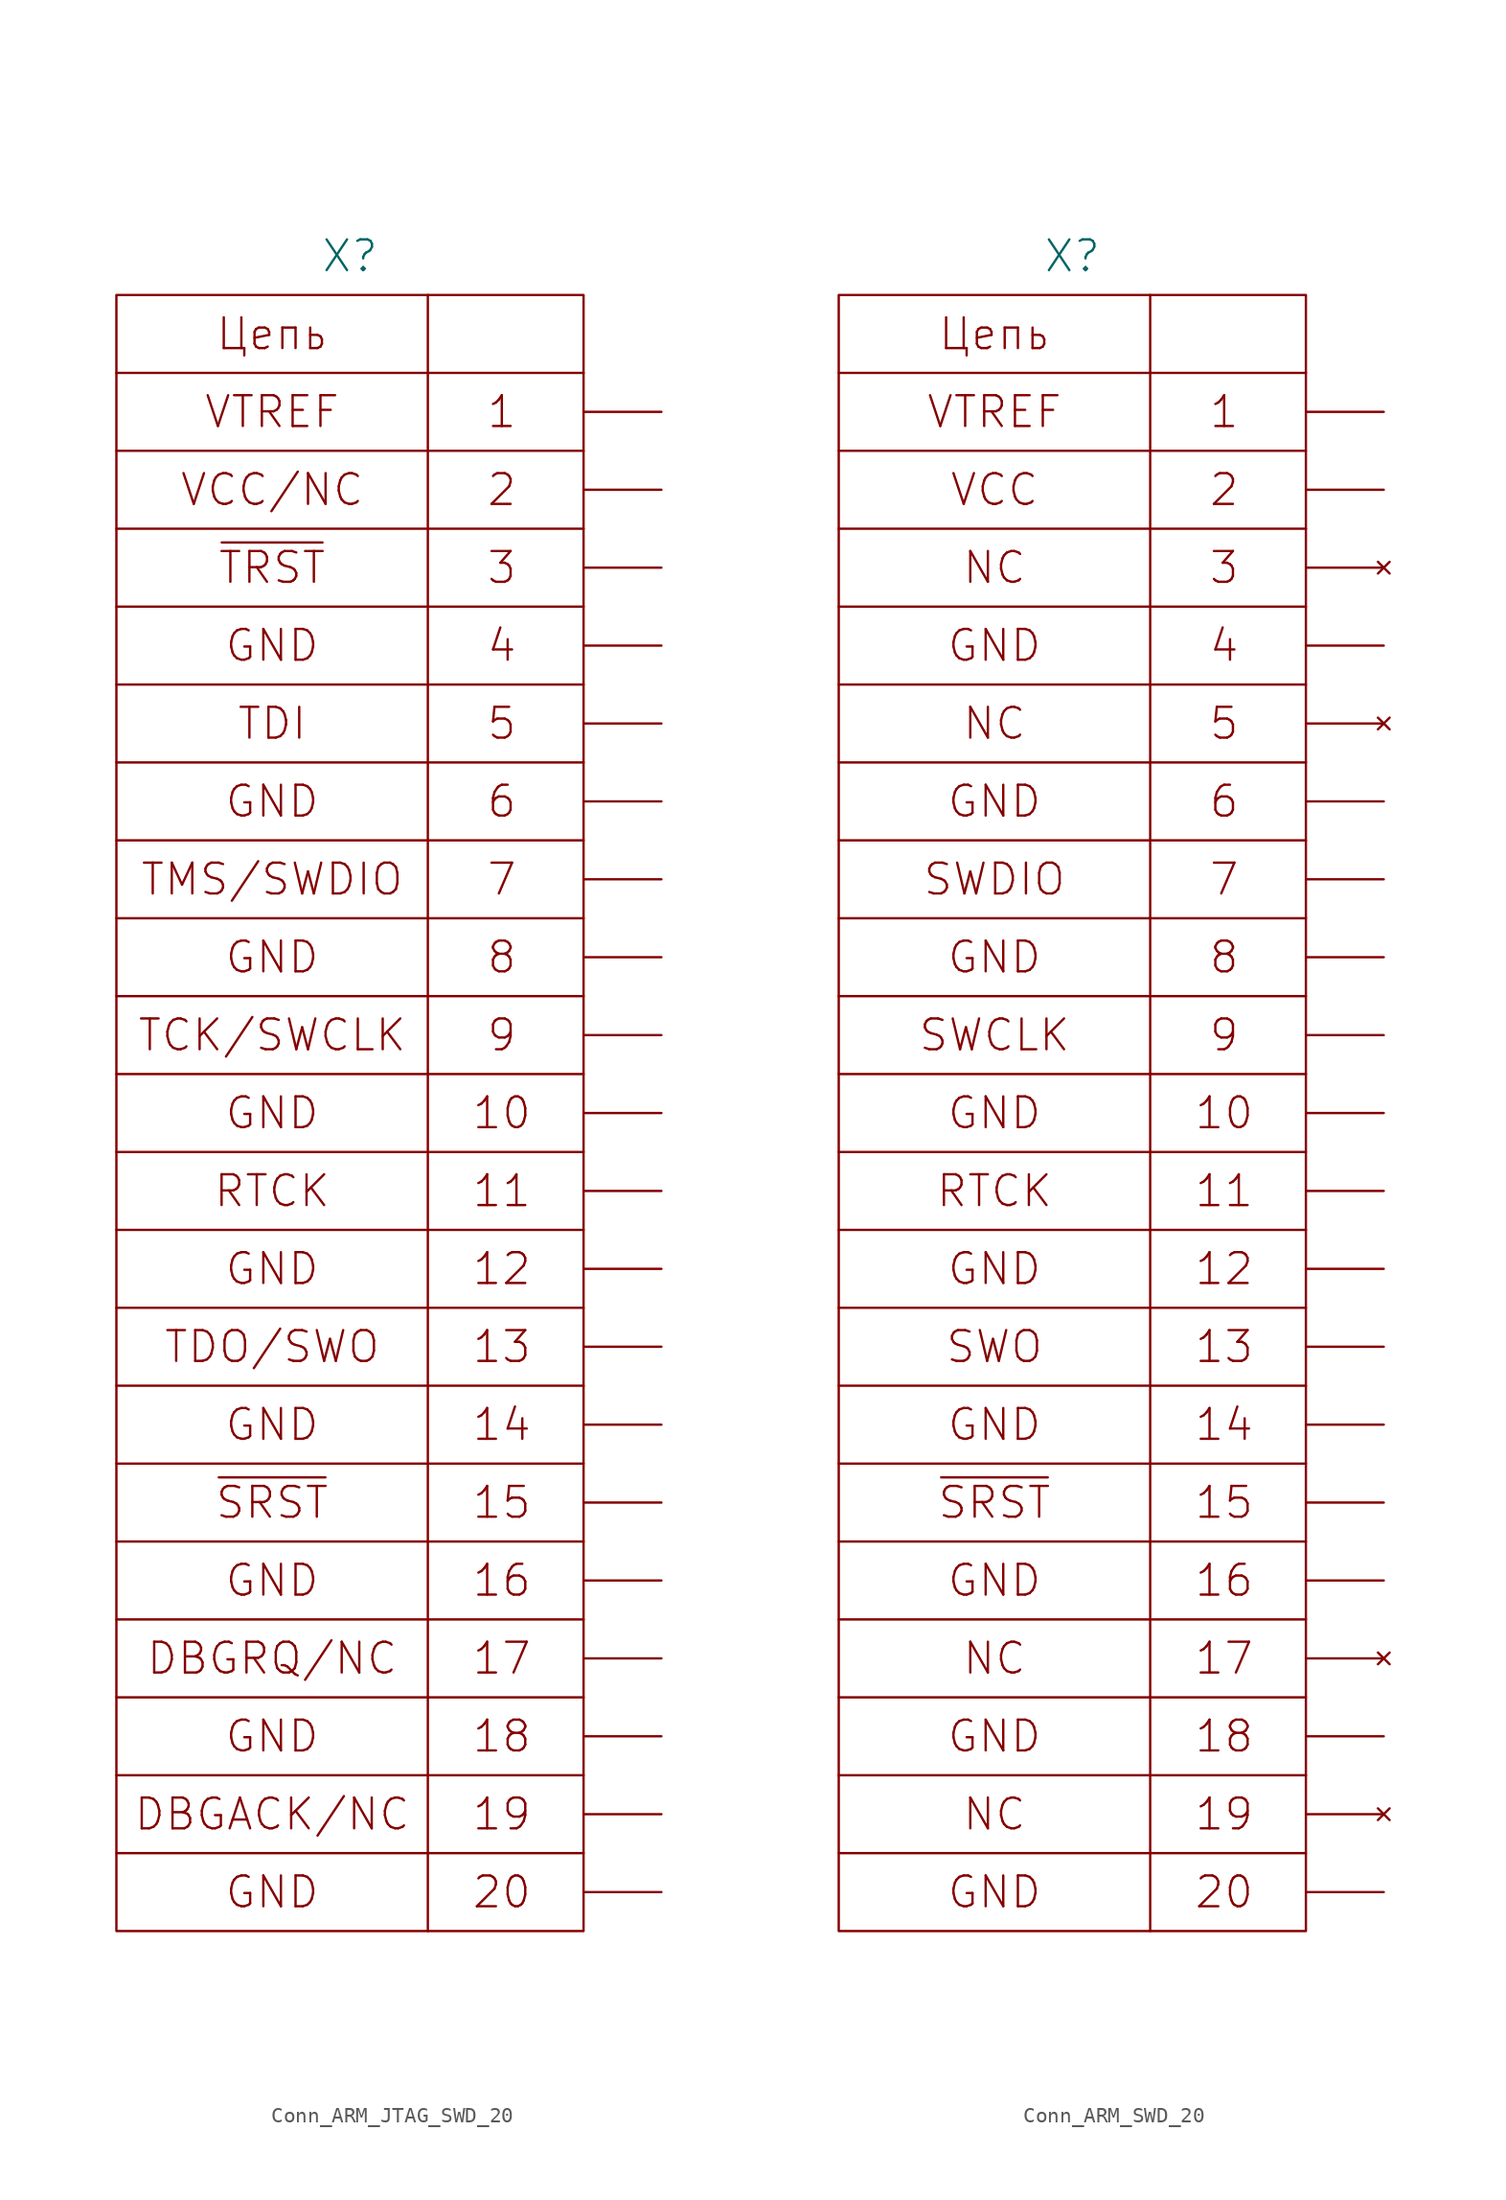
<source format=kicad_sym>
(kicad_symbol_lib
  (version 20231120)
  (generator "kicad_symbol_editor")
  (generator_version "8.0")
  (symbol "Conn_ARM_JTAG_SWD_20"
    (pin_numbers hide)
    (pin_names
      (offset 0) hide)
    (property "Reference" "X"
      (at 0 55.88 0)
      (effects (font (size 2.007 2.007))))
    (symbol "Conn_ARM_JTAG_SWD_20_0_0"
      (polyline (pts (xy 5.08 53.34) (xy 5.08 -53.34)) (stroke (width 0) (type solid)) (fill (type none)))
      (polyline (pts (xy 15.24 -48.26) (xy -15.24 -48.26)) (stroke (width 0) (type solid)) (fill (type none)))
      (polyline (pts (xy 15.24 -33.02) (xy -15.24 -33.02)) (stroke (width 0) (type solid)) (fill (type none)))
      (polyline (pts (xy 15.24 -27.94) (xy -15.24 -27.94)) (stroke (width 0) (type solid)) (fill (type none)))
      (polyline (pts (xy 15.24 -22.86) (xy -15.24 -22.86)) (stroke (width 0) (type solid)) (fill (type none)))
      (polyline (pts (xy 15.24 -17.78) (xy -15.24 -17.78)) (stroke (width 0) (type solid)) (fill (type none)))
      (polyline (pts (xy 15.24 -2.54) (xy -15.24 -2.54)) (stroke (width 0) (type solid)) (fill (type none)))
      (polyline (pts (xy 15.24 2.54) (xy -15.24 2.54)) (stroke (width 0) (type solid)) (fill (type none)))
      (polyline (pts (xy 15.24 7.62) (xy -15.24 7.62)) (stroke (width 0) (type solid)) (fill (type none)))
      (polyline (pts (xy 15.24 12.7) (xy -15.24 12.7)) (stroke (width 0) (type solid)) (fill (type none)))
      (polyline (pts (xy 15.24 27.94) (xy -15.24 27.94)) (stroke (width 0) (type solid)) (fill (type none)))
      (polyline (pts (xy 15.24 33.02) (xy -15.24 33.02)) (stroke (width 0) (type solid)) (fill (type none)))
      (polyline (pts (xy 15.24 38.1) (xy -15.24 38.1)) (stroke (width 0) (type solid)) (fill (type none)))
      (polyline (pts (xy 15.24 43.18) (xy -15.24 43.18)) (stroke (width 0) (type solid)) (fill (type none)))
      (polyline (pts (xy 15.24 48.26) (xy -15.24 48.26)) (stroke (width 0) (type solid)) (fill (type none)))
      (rectangle (start 15.24 53.34) (end -15.24 -53.34) (stroke (width 0) (type solid)) (fill (type none)))
      (text "13" (at 9.906 -15.24 0) (effects (font (size 2.007 2.007))))
      (text "17" (at 9.906 -35.56 0) (effects (font (size 2.007 2.007))))
      (text "2" (at 9.906 40.64 0) (effects (font (size 2.007 2.007))))
      (text "8" (at 9.906 10.16 0) (effects (font (size 2.007 2.007))))
      (text "VTREF" (at -5.08 45.72 0) (effects (font (size 2.007 2.007)))))
    (symbol "Conn_ARM_JTAG_SWD_20_1_1"
      (polyline (pts (xy -15.24 -43.18) (xy 15.24 -43.18)) (stroke (width 0) (type solid)) (fill (type none)))
      (polyline (pts (xy -15.24 -38.1) (xy 15.24 -38.1)) (stroke (width 0) (type solid)) (fill (type none)))
      (polyline (pts (xy -15.24 -12.7) (xy 15.24 -12.7)) (stroke (width 0) (type solid)) (fill (type none)))
      (polyline (pts (xy -15.24 -7.62) (xy 15.24 -7.62)) (stroke (width 0) (type solid)) (fill (type none)))
      (polyline (pts (xy -15.24 17.78) (xy 15.24 17.78)) (stroke (width 0) (type solid)) (fill (type none)))
      (polyline (pts (xy -15.24 22.86) (xy 15.24 22.86)) (stroke (width 0) (type solid)) (fill (type none)))
      (text "1" (at 9.906 45.72 0) (effects (font (size 2.007 2.007))))
      (text "10" (at 9.906 0 0) (effects (font (size 2.007 2.007))))
      (text "11" (at 9.906 -5.08 0) (effects (font (size 2.007 2.007))))
      (text "12" (at 9.906 -10.16 0) (effects (font (size 2.007 2.007))))
      (text "14" (at 9.906 -20.32 0) (effects (font (size 2.007 2.007))))
      (text "15" (at 9.906 -25.4 0) (effects (font (size 2.007 2.007))))
      (text "16" (at 9.906 -30.48 0) (effects (font (size 2.007 2.007))))
      (text "18" (at 9.906 -40.64 0) (effects (font (size 2.007 2.007))))
      (text "19" (at 9.906 -45.72 0) (effects (font (size 2.007 2.007))))
      (text "20" (at 9.906 -50.8 0) (effects (font (size 2.007 2.007))))
      (text "3" (at 9.906 35.56 0) (effects (font (size 2.007 2.007))))
      (text "4" (at 9.906 30.48 0) (effects (font (size 2.007 2.007))))
      (text "5" (at 9.906 25.4 0) (effects (font (size 2.007 2.007))))
      (text "6" (at 9.906 20.32 0) (effects (font (size 2.007 2.007))))
      (text "7" (at 9.906 15.24 0) (effects (font (size 2.007 2.007))))
      (text "9" (at 9.906 5.08 0) (effects (font (size 2.007 2.007))))
      (text "DBGACK/NC" (at -5.08 -45.72 0) (effects (font (size 2.007 2.007))))
      (text "DBGRQ/NC" (at -5.08 -35.56 0) (effects (font (size 2.007 2.007))))
      (text "GND" (at -5.08 -50.8 0) (effects (font (size 2.007 2.007))))
      (text "GND" (at -5.08 -40.64 0) (effects (font (size 2.007 2.007))))
      (text "GND" (at -5.08 -30.48 0) (effects (font (size 2.007 2.007))))
      (text "GND" (at -5.08 -20.32 0) (effects (font (size 2.007 2.007))))
      (text "GND" (at -5.08 -10.16 0) (effects (font (size 2.007 2.007))))
      (text "GND" (at -5.08 0 0) (effects (font (size 2.007 2.007))))
      (text "GND" (at -5.08 10.16 0) (effects (font (size 2.007 2.007))))
      (text "GND" (at -5.08 20.32 0) (effects (font (size 2.007 2.007))))
      (text "GND" (at -5.08 30.48 0) (effects (font (size 2.007 2.007))))
      (text "RTCK" (at -5.08 -5.08 0) (effects (font (size 2.007 2.007))))
      (text "TCK/SWCLK" (at -5.08 5.08 0) (effects (font (size 2.007 2.007))))
      (text "TDI" (at -5.08 25.4 0) (effects (font (size 2.007 2.007))))
      (text "TDO/SWO" (at -5.08 -15.24 0) (effects (font (size 2.007 2.007))))
      (text "TMS/SWDIO" (at -5.08 15.24 0) (effects (font (size 2.007 2.007))))
      (text "VCC/NC" (at -5.08 40.64 0) (effects (font (size 2.007 2.007))))
      (text "~{SRST}" (at -5.08 -25.4 0) (effects (font (size 2.007 2.007))))
      (text "~{TRST}" (at -5.08 35.56 0) (effects (font (size 2.007 2.007))))
      (text "Цепь" (at -5.08 50.8 0) (effects (font (size 2.007 2.007))))
      (pin power_in line (at 20.32 45.72 180) (length 5.08) (name "~" (effects (font (size 2.007 2.007)))) (number "1" (effects (font (size 2.007 2.007)))))
      (pin power_in line (at 20.32 0 180) (length 5.08) (name "~" (effects (font (size 2.007 2.007)))) (number "10" (effects (font (size 2.007 2.007)))))
      (pin input line (at 20.32 -5.08 180) (length 5.08) (name "~" (effects (font (size 2.007 2.007)))) (number "11" (effects (font (size 2.007 2.007)))))
      (pin power_in line (at 20.32 -10.16 180) (length 5.08) (name "~" (effects (font (size 2.007 2.007)))) (number "12" (effects (font (size 2.007 2.007)))))
      (pin input line (at 20.32 -15.24 180) (length 5.08) (name "~" (effects (font (size 2.007 2.007)))) (number "13" (effects (font (size 2.007 2.007)))))
      (pin power_in line (at 20.32 -20.32 180) (length 5.08) (name "~" (effects (font (size 2.007 2.007)))) (number "14" (effects (font (size 2.007 2.007)))))
      (pin bidirectional line (at 20.32 -25.4 180) (length 5.08) (name "~" (effects (font (size 2.007 2.007)))) (number "15" (effects (font (size 2.007 2.007)))))
      (pin power_in line (at 20.32 -30.48 180) (length 5.08) (name "~" (effects (font (size 2.007 2.007)))) (number "16" (effects (font (size 2.007 2.007)))))
      (pin output line (at 20.32 -35.56 180) (length 5.08) (name "~" (effects (font (size 2.007 2.007)))) (number "17" (effects (font (size 2.007 2.007)))))
      (pin power_in line (at 20.32 -40.64 180) (length 5.08) (name "~" (effects (font (size 2.007 2.007)))) (number "18" (effects (font (size 2.007 2.007)))))
      (pin input line (at 20.32 -45.72 180) (length 5.08) (name "~" (effects (font (size 2.007 2.007)))) (number "19" (effects (font (size 2.007 2.007)))))
      (pin power_in line (at 20.32 40.64 180) (length 5.08) (name "~" (effects (font (size 2.007 2.007)))) (number "2" (effects (font (size 2.007 2.007)))))
      (pin power_in line (at 20.32 -50.8 180) (length 5.08) (name "~" (effects (font (size 2.007 2.007)))) (number "20" (effects (font (size 2.007 2.007)))))
      (pin output line (at 20.32 35.56 180) (length 5.08) (name "~" (effects (font (size 2.007 2.007)))) (number "3" (effects (font (size 2.007 2.007)))))
      (pin power_in line (at 20.32 30.48 180) (length 5.08) (name "~" (effects (font (size 2.007 2.007)))) (number "4" (effects (font (size 2.007 2.007)))))
      (pin output line (at 20.32 25.4 180) (length 5.08) (name "~" (effects (font (size 2.007 2.007)))) (number "5" (effects (font (size 2.007 2.007)))))
      (pin power_in line (at 20.32 20.32 180) (length 5.08) (name "~" (effects (font (size 2.007 2.007)))) (number "6" (effects (font (size 2.007 2.007)))))
      (pin bidirectional line (at 20.32 15.24 180) (length 5.08) (name "~" (effects (font (size 2.007 2.007)))) (number "7" (effects (font (size 2.007 2.007)))))
      (pin power_in line (at 20.32 10.16 180) (length 5.08) (name "~" (effects (font (size 2.007 2.007)))) (number "8" (effects (font (size 2.007 2.007)))))
      (pin output line (at 20.32 5.08 180) (length 5.08) (name "~" (effects (font (size 2.007 2.007)))) (number "9" (effects (font (size 2.007 2.007)))))))
  (symbol "Conn_ARM_SWD_20"
    (pin_numbers hide)
    (pin_names
      (offset 0) hide)
    (property "Reference" "X"
      (at 0 55.88 0)
      (effects (font (size 2.007 2.007))))
    (symbol "Conn_ARM_SWD_20_0_0"
      (polyline (pts (xy 5.08 53.34) (xy 5.08 -53.34)) (stroke (width 0) (type solid)) (fill (type none)))
      (polyline (pts (xy 15.24 -48.26) (xy -15.24 -48.26)) (stroke (width 0) (type solid)) (fill (type none)))
      (polyline (pts (xy 15.24 -33.02) (xy -15.24 -33.02)) (stroke (width 0) (type solid)) (fill (type none)))
      (polyline (pts (xy 15.24 -27.94) (xy -15.24 -27.94)) (stroke (width 0) (type solid)) (fill (type none)))
      (polyline (pts (xy 15.24 -22.86) (xy -15.24 -22.86)) (stroke (width 0) (type solid)) (fill (type none)))
      (polyline (pts (xy 15.24 -17.78) (xy -15.24 -17.78)) (stroke (width 0) (type solid)) (fill (type none)))
      (polyline (pts (xy 15.24 -2.54) (xy -15.24 -2.54)) (stroke (width 0) (type solid)) (fill (type none)))
      (polyline (pts (xy 15.24 2.54) (xy -15.24 2.54)) (stroke (width 0) (type solid)) (fill (type none)))
      (polyline (pts (xy 15.24 7.62) (xy -15.24 7.62)) (stroke (width 0) (type solid)) (fill (type none)))
      (polyline (pts (xy 15.24 12.7) (xy -15.24 12.7)) (stroke (width 0) (type solid)) (fill (type none)))
      (polyline (pts (xy 15.24 27.94) (xy -15.24 27.94)) (stroke (width 0) (type solid)) (fill (type none)))
      (polyline (pts (xy 15.24 33.02) (xy -15.24 33.02)) (stroke (width 0) (type solid)) (fill (type none)))
      (polyline (pts (xy 15.24 38.1) (xy -15.24 38.1)) (stroke (width 0) (type solid)) (fill (type none)))
      (polyline (pts (xy 15.24 43.18) (xy -15.24 43.18)) (stroke (width 0) (type solid)) (fill (type none)))
      (polyline (pts (xy 15.24 48.26) (xy -15.24 48.26)) (stroke (width 0) (type solid)) (fill (type none)))
      (rectangle (start 15.24 53.34) (end -15.24 -53.34) (stroke (width 0) (type solid)) (fill (type none)))
      (text "13" (at 9.906 -15.24 0) (effects (font (size 2.007 2.007))))
      (text "17" (at 9.906 -35.56 0) (effects (font (size 2.007 2.007))))
      (text "2" (at 9.906 40.64 0) (effects (font (size 2.007 2.007))))
      (text "8" (at 9.906 10.16 0) (effects (font (size 2.007 2.007))))
      (text "VTREF" (at -5.08 45.72 0) (effects (font (size 2.007 2.007)))))
    (symbol "Conn_ARM_SWD_20_1_1"
      (polyline (pts (xy -15.24 -43.18) (xy 15.24 -43.18)) (stroke (width 0) (type solid)) (fill (type none)))
      (polyline (pts (xy -15.24 -38.1) (xy 15.24 -38.1)) (stroke (width 0) (type solid)) (fill (type none)))
      (polyline (pts (xy -15.24 -12.7) (xy 15.24 -12.7)) (stroke (width 0) (type solid)) (fill (type none)))
      (polyline (pts (xy -15.24 -7.62) (xy 15.24 -7.62)) (stroke (width 0) (type solid)) (fill (type none)))
      (polyline (pts (xy -15.24 17.78) (xy 15.24 17.78)) (stroke (width 0) (type solid)) (fill (type none)))
      (polyline (pts (xy -15.24 22.86) (xy 15.24 22.86)) (stroke (width 0) (type solid)) (fill (type none)))
      (text "1" (at 9.906 45.72 0) (effects (font (size 2.007 2.007))))
      (text "10" (at 9.906 0 0) (effects (font (size 2.007 2.007))))
      (text "11" (at 9.906 -5.08 0) (effects (font (size 2.007 2.007))))
      (text "12" (at 9.906 -10.16 0) (effects (font (size 2.007 2.007))))
      (text "14" (at 9.906 -20.32 0) (effects (font (size 2.007 2.007))))
      (text "15" (at 9.906 -25.4 0) (effects (font (size 2.007 2.007))))
      (text "16" (at 9.906 -30.48 0) (effects (font (size 2.007 2.007))))
      (text "18" (at 9.906 -40.64 0) (effects (font (size 2.007 2.007))))
      (text "19" (at 9.906 -45.72 0) (effects (font (size 2.007 2.007))))
      (text "20" (at 9.906 -50.8 0) (effects (font (size 2.007 2.007))))
      (text "3" (at 9.906 35.56 0) (effects (font (size 2.007 2.007))))
      (text "4" (at 9.906 30.48 0) (effects (font (size 2.007 2.007))))
      (text "5" (at 9.906 25.4 0) (effects (font (size 2.007 2.007))))
      (text "6" (at 9.906 20.32 0) (effects (font (size 2.007 2.007))))
      (text "7" (at 9.906 15.24 0) (effects (font (size 2.007 2.007))))
      (text "9" (at 9.906 5.08 0) (effects (font (size 2.007 2.007))))
      (text "GND" (at -5.08 -50.8 0) (effects (font (size 2.007 2.007))))
      (text "GND" (at -5.08 -40.64 0) (effects (font (size 2.007 2.007))))
      (text "GND" (at -5.08 -30.48 0) (effects (font (size 2.007 2.007))))
      (text "GND" (at -5.08 -20.32 0) (effects (font (size 2.007 2.007))))
      (text "GND" (at -5.08 -10.16 0) (effects (font (size 2.007 2.007))))
      (text "GND" (at -5.08 0 0) (effects (font (size 2.007 2.007))))
      (text "GND" (at -5.08 10.16 0) (effects (font (size 2.007 2.007))))
      (text "GND" (at -5.08 20.32 0) (effects (font (size 2.007 2.007))))
      (text "GND" (at -5.08 30.48 0) (effects (font (size 2.007 2.007))))
      (text "NC" (at -5.08 -45.72 0) (effects (font (size 2.007 2.007))))
      (text "NC" (at -5.08 -35.56 0) (effects (font (size 2.007 2.007))))
      (text "NC" (at -5.08 25.4 0) (effects (font (size 2.007 2.007))))
      (text "NC" (at -5.08 35.56 0) (effects (font (size 2.007 2.007))))
      (text "RTCK" (at -5.08 -5.08 0) (effects (font (size 2.007 2.007))))
      (text "SWCLK" (at -5.08 5.08 0) (effects (font (size 2.007 2.007))))
      (text "SWDIO" (at -5.08 15.24 0) (effects (font (size 2.007 2.007))))
      (text "SWO" (at -5.08 -15.24 0) (effects (font (size 2.007 2.007))))
      (text "VCC" (at -5.08 40.64 0) (effects (font (size 2.007 2.007))))
      (text "~{SRST}" (at -5.08 -25.4 0) (effects (font (size 2.007 2.007))))
      (text "Цепь" (at -5.08 50.8 0) (effects (font (size 2.007 2.007))))
      (pin power_in line (at 20.32 45.72 180) (length 5.08) (name "~" (effects (font (size 2.007 2.007)))) (number "1" (effects (font (size 2.007 2.007)))))
      (pin power_in line (at 20.32 0 180) (length 5.08) (name "~" (effects (font (size 2.007 2.007)))) (number "10" (effects (font (size 2.007 2.007)))))
      (pin input line (at 20.32 -5.08 180) (length 5.08) (name "~" (effects (font (size 2.007 2.007)))) (number "11" (effects (font (size 2.007 2.007)))))
      (pin power_in line (at 20.32 -10.16 180) (length 5.08) (name "~" (effects (font (size 2.007 2.007)))) (number "12" (effects (font (size 2.007 2.007)))))
      (pin input line (at 20.32 -15.24 180) (length 5.08) (name "~" (effects (font (size 2.007 2.007)))) (number "13" (effects (font (size 2.007 2.007)))))
      (pin power_in line (at 20.32 -20.32 180) (length 5.08) (name "~" (effects (font (size 2.007 2.007)))) (number "14" (effects (font (size 2.007 2.007)))))
      (pin bidirectional line (at 20.32 -25.4 180) (length 5.08) (name "~" (effects (font (size 2.007 2.007)))) (number "15" (effects (font (size 2.007 2.007)))))
      (pin power_in line (at 20.32 -30.48 180) (length 5.08) (name "~" (effects (font (size 2.007 2.007)))) (number "16" (effects (font (size 2.007 2.007)))))
      (pin no_connect line (at 20.32 -35.56 180) (length 5.08) (name "~" (effects (font (size 2.007 2.007)))) (number "17" (effects (font (size 2.007 2.007)))))
      (pin power_in line (at 20.32 -40.64 180) (length 5.08) (name "~" (effects (font (size 2.007 2.007)))) (number "18" (effects (font (size 2.007 2.007)))))
      (pin no_connect line (at 20.32 -45.72 180) (length 5.08) (name "~" (effects (font (size 2.007 2.007)))) (number "19" (effects (font (size 2.007 2.007)))))
      (pin power_in line (at 20.32 40.64 180) (length 5.08) (name "~" (effects (font (size 2.007 2.007)))) (number "2" (effects (font (size 2.007 2.007)))))
      (pin power_in line (at 20.32 -50.8 180) (length 5.08) (name "~" (effects (font (size 2.007 2.007)))) (number "20" (effects (font (size 2.007 2.007)))))
      (pin no_connect line (at 20.32 35.56 180) (length 5.08) (name "~" (effects (font (size 2.007 2.007)))) (number "3" (effects (font (size 2.007 2.007)))))
      (pin power_in line (at 20.32 30.48 180) (length 5.08) (name "~" (effects (font (size 2.007 2.007)))) (number "4" (effects (font (size 2.007 2.007)))))
      (pin no_connect line (at 20.32 25.4 180) (length 5.08) (name "~" (effects (font (size 2.007 2.007)))) (number "5" (effects (font (size 2.007 2.007)))))
      (pin power_in line (at 20.32 20.32 180) (length 5.08) (name "~" (effects (font (size 2.007 2.007)))) (number "6" (effects (font (size 2.007 2.007)))))
      (pin bidirectional line (at 20.32 15.24 180) (length 5.08) (name "~" (effects (font (size 2.007 2.007)))) (number "7" (effects (font (size 2.007 2.007)))))
      (pin power_in line (at 20.32 10.16 180) (length 5.08) (name "~" (effects (font (size 2.007 2.007)))) (number "8" (effects (font (size 2.007 2.007)))))
      (pin output line (at 20.32 5.08 180) (length 5.08) (name "~" (effects (font (size 2.007 2.007)))) (number "9" (effects (font (size 2.007 2.007))))))))
</source>
